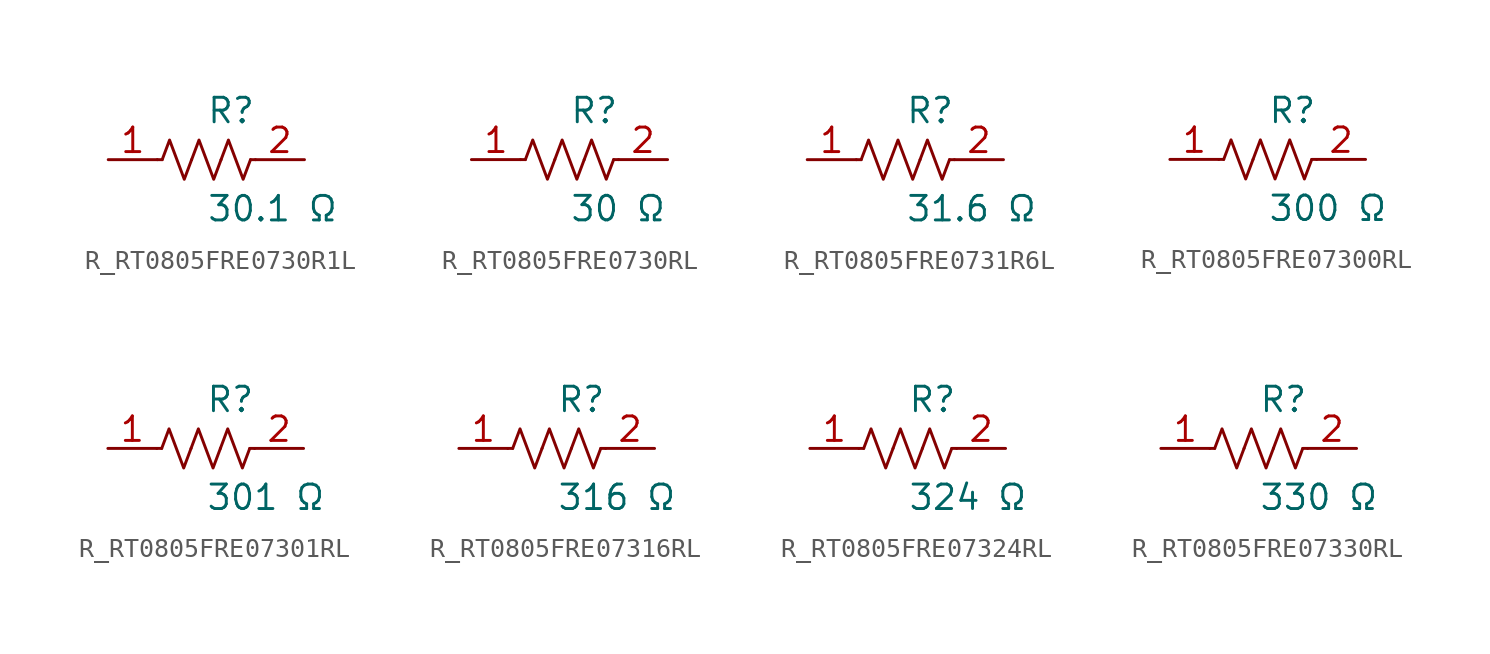
<source format=kicad_sym>
(kicad_symbol_lib
  (version 20231120)
  (generator kicad_symbol_editor)
  (generator_version 8.0)
  (symbol "R_RT0805FRE0730R1L"
    (pin_names
      (offset 0.254))
    (property "Reference" "R"
      (at 0.0 2.54 0)
      (effects (font (size 1.27 1.27)) (justify left)))
    (property "Value" "30.1 Ω"
      (at 0.0 -2.54 0)
      (effects (font (size 1.27 1.27)) (justify left)))
    (symbol "R_RT0805FRE0730R1L_0_1"
      (polyline (pts (xy 2.286 0) (xy 2.54 0)) (stroke (width 0) (type default)) (fill (type none)))
      (polyline (pts (xy -2.286 0) (xy -2.54 0)) (stroke (width 0) (type default)) (fill (type none)))
      (polyline (pts (xy 0.762 0) (xy 1.143 1.016) (xy 1.524 0) (xy 1.905 -1.016) (xy 2.286 0)) (stroke (width 0) (type default)) (fill (type none)))
      (polyline (pts (xy -0.762 0) (xy -0.381 1.016) (xy 0 0) (xy 0.381 -1.016) (xy 0.762 0)) (stroke (width 0) (type default)) (fill (type none)))
      (polyline (pts (xy -2.286 0) (xy -1.905 1.016) (xy -1.524 0) (xy -1.143 -1.016) (xy -0.762 0)) (stroke (width 0) (type default)) (fill (type none))))
    (pin unspecified line
      (at -5.08 0 0)
      (length 2.54)
      (name "" (effects (font (size 1.27 1.27))))
      (number "1" (effects (font (size 1.27 1.27)))))
    (pin unspecified line
      (at 5.08 0 180)
      (length 2.54)
      (name "" (effects (font (size 1.27 1.27))))
      (number "2" (effects (font (size 1.27 1.27))))))
  (symbol "R_RT0805FRE0730RL"
    (pin_names
      (offset 0.254))
    (property "Reference" "R"
      (at 0.0 2.54 0)
      (effects (font (size 1.27 1.27)) (justify left)))
    (property "Value" "30 Ω"
      (at 0.0 -2.54 0)
      (effects (font (size 1.27 1.27)) (justify left)))
    (symbol "R_RT0805FRE0730RL_0_1"
      (polyline (pts (xy 2.286 0) (xy 2.54 0)) (stroke (width 0) (type default)) (fill (type none)))
      (polyline (pts (xy -2.286 0) (xy -2.54 0)) (stroke (width 0) (type default)) (fill (type none)))
      (polyline (pts (xy 0.762 0) (xy 1.143 1.016) (xy 1.524 0) (xy 1.905 -1.016) (xy 2.286 0)) (stroke (width 0) (type default)) (fill (type none)))
      (polyline (pts (xy -0.762 0) (xy -0.381 1.016) (xy 0 0) (xy 0.381 -1.016) (xy 0.762 0)) (stroke (width 0) (type default)) (fill (type none)))
      (polyline (pts (xy -2.286 0) (xy -1.905 1.016) (xy -1.524 0) (xy -1.143 -1.016) (xy -0.762 0)) (stroke (width 0) (type default)) (fill (type none))))
    (pin unspecified line
      (at -5.08 0 0)
      (length 2.54)
      (name "" (effects (font (size 1.27 1.27))))
      (number "1" (effects (font (size 1.27 1.27)))))
    (pin unspecified line
      (at 5.08 0 180)
      (length 2.54)
      (name "" (effects (font (size 1.27 1.27))))
      (number "2" (effects (font (size 1.27 1.27))))))
  (symbol "R_RT0805FRE0731R6L"
    (pin_names
      (offset 0.254))
    (property "Reference" "R"
      (at 0.0 2.54 0)
      (effects (font (size 1.27 1.27)) (justify left)))
    (property "Value" "31.6 Ω"
      (at 0.0 -2.54 0)
      (effects (font (size 1.27 1.27)) (justify left)))
    (symbol "R_RT0805FRE0731R6L_0_1"
      (polyline (pts (xy 2.286 0) (xy 2.54 0)) (stroke (width 0) (type default)) (fill (type none)))
      (polyline (pts (xy -2.286 0) (xy -2.54 0)) (stroke (width 0) (type default)) (fill (type none)))
      (polyline (pts (xy 0.762 0) (xy 1.143 1.016) (xy 1.524 0) (xy 1.905 -1.016) (xy 2.286 0)) (stroke (width 0) (type default)) (fill (type none)))
      (polyline (pts (xy -0.762 0) (xy -0.381 1.016) (xy 0 0) (xy 0.381 -1.016) (xy 0.762 0)) (stroke (width 0) (type default)) (fill (type none)))
      (polyline (pts (xy -2.286 0) (xy -1.905 1.016) (xy -1.524 0) (xy -1.143 -1.016) (xy -0.762 0)) (stroke (width 0) (type default)) (fill (type none))))
    (pin unspecified line
      (at -5.08 0 0)
      (length 2.54)
      (name "" (effects (font (size 1.27 1.27))))
      (number "1" (effects (font (size 1.27 1.27)))))
    (pin unspecified line
      (at 5.08 0 180)
      (length 2.54)
      (name "" (effects (font (size 1.27 1.27))))
      (number "2" (effects (font (size 1.27 1.27))))))
  (symbol "R_RT0805FRE07300RL"
    (pin_names
      (offset 0.254))
    (property "Reference" "R"
      (at 0.0 2.54 0)
      (effects (font (size 1.27 1.27)) (justify left)))
    (property "Value" "300 Ω"
      (at 0.0 -2.54 0)
      (effects (font (size 1.27 1.27)) (justify left)))
    (symbol "R_RT0805FRE07300RL_0_1"
      (polyline (pts (xy 2.286 0) (xy 2.54 0)) (stroke (width 0) (type default)) (fill (type none)))
      (polyline (pts (xy -2.286 0) (xy -2.54 0)) (stroke (width 0) (type default)) (fill (type none)))
      (polyline (pts (xy 0.762 0) (xy 1.143 1.016) (xy 1.524 0) (xy 1.905 -1.016) (xy 2.286 0)) (stroke (width 0) (type default)) (fill (type none)))
      (polyline (pts (xy -0.762 0) (xy -0.381 1.016) (xy 0 0) (xy 0.381 -1.016) (xy 0.762 0)) (stroke (width 0) (type default)) (fill (type none)))
      (polyline (pts (xy -2.286 0) (xy -1.905 1.016) (xy -1.524 0) (xy -1.143 -1.016) (xy -0.762 0)) (stroke (width 0) (type default)) (fill (type none))))
    (pin unspecified line
      (at -5.08 0 0)
      (length 2.54)
      (name "" (effects (font (size 1.27 1.27))))
      (number "1" (effects (font (size 1.27 1.27)))))
    (pin unspecified line
      (at 5.08 0 180)
      (length 2.54)
      (name "" (effects (font (size 1.27 1.27))))
      (number "2" (effects (font (size 1.27 1.27))))))
  (symbol "R_RT0805FRE07301RL"
    (pin_names
      (offset 0.254))
    (property "Reference" "R"
      (at 0.0 2.54 0)
      (effects (font (size 1.27 1.27)) (justify left)))
    (property "Value" "301 Ω"
      (at 0.0 -2.54 0)
      (effects (font (size 1.27 1.27)) (justify left)))
    (symbol "R_RT0805FRE07301RL_0_1"
      (polyline (pts (xy 2.286 0) (xy 2.54 0)) (stroke (width 0) (type default)) (fill (type none)))
      (polyline (pts (xy -2.286 0) (xy -2.54 0)) (stroke (width 0) (type default)) (fill (type none)))
      (polyline (pts (xy 0.762 0) (xy 1.143 1.016) (xy 1.524 0) (xy 1.905 -1.016) (xy 2.286 0)) (stroke (width 0) (type default)) (fill (type none)))
      (polyline (pts (xy -0.762 0) (xy -0.381 1.016) (xy 0 0) (xy 0.381 -1.016) (xy 0.762 0)) (stroke (width 0) (type default)) (fill (type none)))
      (polyline (pts (xy -2.286 0) (xy -1.905 1.016) (xy -1.524 0) (xy -1.143 -1.016) (xy -0.762 0)) (stroke (width 0) (type default)) (fill (type none))))
    (pin unspecified line
      (at -5.08 0 0)
      (length 2.54)
      (name "" (effects (font (size 1.27 1.27))))
      (number "1" (effects (font (size 1.27 1.27)))))
    (pin unspecified line
      (at 5.08 0 180)
      (length 2.54)
      (name "" (effects (font (size 1.27 1.27))))
      (number "2" (effects (font (size 1.27 1.27))))))
  (symbol "R_RT0805FRE07316RL"
    (pin_names
      (offset 0.254))
    (property "Reference" "R"
      (at 0.0 2.54 0)
      (effects (font (size 1.27 1.27)) (justify left)))
    (property "Value" "316 Ω"
      (at 0.0 -2.54 0)
      (effects (font (size 1.27 1.27)) (justify left)))
    (symbol "R_RT0805FRE07316RL_0_1"
      (polyline (pts (xy 2.286 0) (xy 2.54 0)) (stroke (width 0) (type default)) (fill (type none)))
      (polyline (pts (xy -2.286 0) (xy -2.54 0)) (stroke (width 0) (type default)) (fill (type none)))
      (polyline (pts (xy 0.762 0) (xy 1.143 1.016) (xy 1.524 0) (xy 1.905 -1.016) (xy 2.286 0)) (stroke (width 0) (type default)) (fill (type none)))
      (polyline (pts (xy -0.762 0) (xy -0.381 1.016) (xy 0 0) (xy 0.381 -1.016) (xy 0.762 0)) (stroke (width 0) (type default)) (fill (type none)))
      (polyline (pts (xy -2.286 0) (xy -1.905 1.016) (xy -1.524 0) (xy -1.143 -1.016) (xy -0.762 0)) (stroke (width 0) (type default)) (fill (type none))))
    (pin unspecified line
      (at -5.08 0 0)
      (length 2.54)
      (name "" (effects (font (size 1.27 1.27))))
      (number "1" (effects (font (size 1.27 1.27)))))
    (pin unspecified line
      (at 5.08 0 180)
      (length 2.54)
      (name "" (effects (font (size 1.27 1.27))))
      (number "2" (effects (font (size 1.27 1.27))))))
  (symbol "R_RT0805FRE07324RL"
    (pin_names
      (offset 0.254))
    (property "Reference" "R"
      (at 0.0 2.54 0)
      (effects (font (size 1.27 1.27)) (justify left)))
    (property "Value" "324 Ω"
      (at 0.0 -2.54 0)
      (effects (font (size 1.27 1.27)) (justify left)))
    (symbol "R_RT0805FRE07324RL_0_1"
      (polyline (pts (xy 2.286 0) (xy 2.54 0)) (stroke (width 0) (type default)) (fill (type none)))
      (polyline (pts (xy -2.286 0) (xy -2.54 0)) (stroke (width 0) (type default)) (fill (type none)))
      (polyline (pts (xy 0.762 0) (xy 1.143 1.016) (xy 1.524 0) (xy 1.905 -1.016) (xy 2.286 0)) (stroke (width 0) (type default)) (fill (type none)))
      (polyline (pts (xy -0.762 0) (xy -0.381 1.016) (xy 0 0) (xy 0.381 -1.016) (xy 0.762 0)) (stroke (width 0) (type default)) (fill (type none)))
      (polyline (pts (xy -2.286 0) (xy -1.905 1.016) (xy -1.524 0) (xy -1.143 -1.016) (xy -0.762 0)) (stroke (width 0) (type default)) (fill (type none))))
    (pin unspecified line
      (at -5.08 0 0)
      (length 2.54)
      (name "" (effects (font (size 1.27 1.27))))
      (number "1" (effects (font (size 1.27 1.27)))))
    (pin unspecified line
      (at 5.08 0 180)
      (length 2.54)
      (name "" (effects (font (size 1.27 1.27))))
      (number "2" (effects (font (size 1.27 1.27))))))
  (symbol "R_RT0805FRE07330RL"
    (pin_names
      (offset 0.254))
    (property "Reference" "R"
      (at 0.0 2.54 0)
      (effects (font (size 1.27 1.27)) (justify left)))
    (property "Value" "330 Ω"
      (at 0.0 -2.54 0)
      (effects (font (size 1.27 1.27)) (justify left)))
    (symbol "R_RT0805FRE07330RL_0_1"
      (polyline (pts (xy 2.286 0) (xy 2.54 0)) (stroke (width 0) (type default)) (fill (type none)))
      (polyline (pts (xy -2.286 0) (xy -2.54 0)) (stroke (width 0) (type default)) (fill (type none)))
      (polyline (pts (xy 0.762 0) (xy 1.143 1.016) (xy 1.524 0) (xy 1.905 -1.016) (xy 2.286 0)) (stroke (width 0) (type default)) (fill (type none)))
      (polyline (pts (xy -0.762 0) (xy -0.381 1.016) (xy 0 0) (xy 0.381 -1.016) (xy 0.762 0)) (stroke (width 0) (type default)) (fill (type none)))
      (polyline (pts (xy -2.286 0) (xy -1.905 1.016) (xy -1.524 0) (xy -1.143 -1.016) (xy -0.762 0)) (stroke (width 0) (type default)) (fill (type none))))
    (pin unspecified line
      (at -5.08 0 0)
      (length 2.54)
      (name "" (effects (font (size 1.27 1.27))))
      (number "1" (effects (font (size 1.27 1.27)))))
    (pin unspecified line
      (at 5.08 0 180)
      (length 2.54)
      (name "" (effects (font (size 1.27 1.27))))
      (number "2" (effects (font (size 1.27 1.27)))))))
</source>
